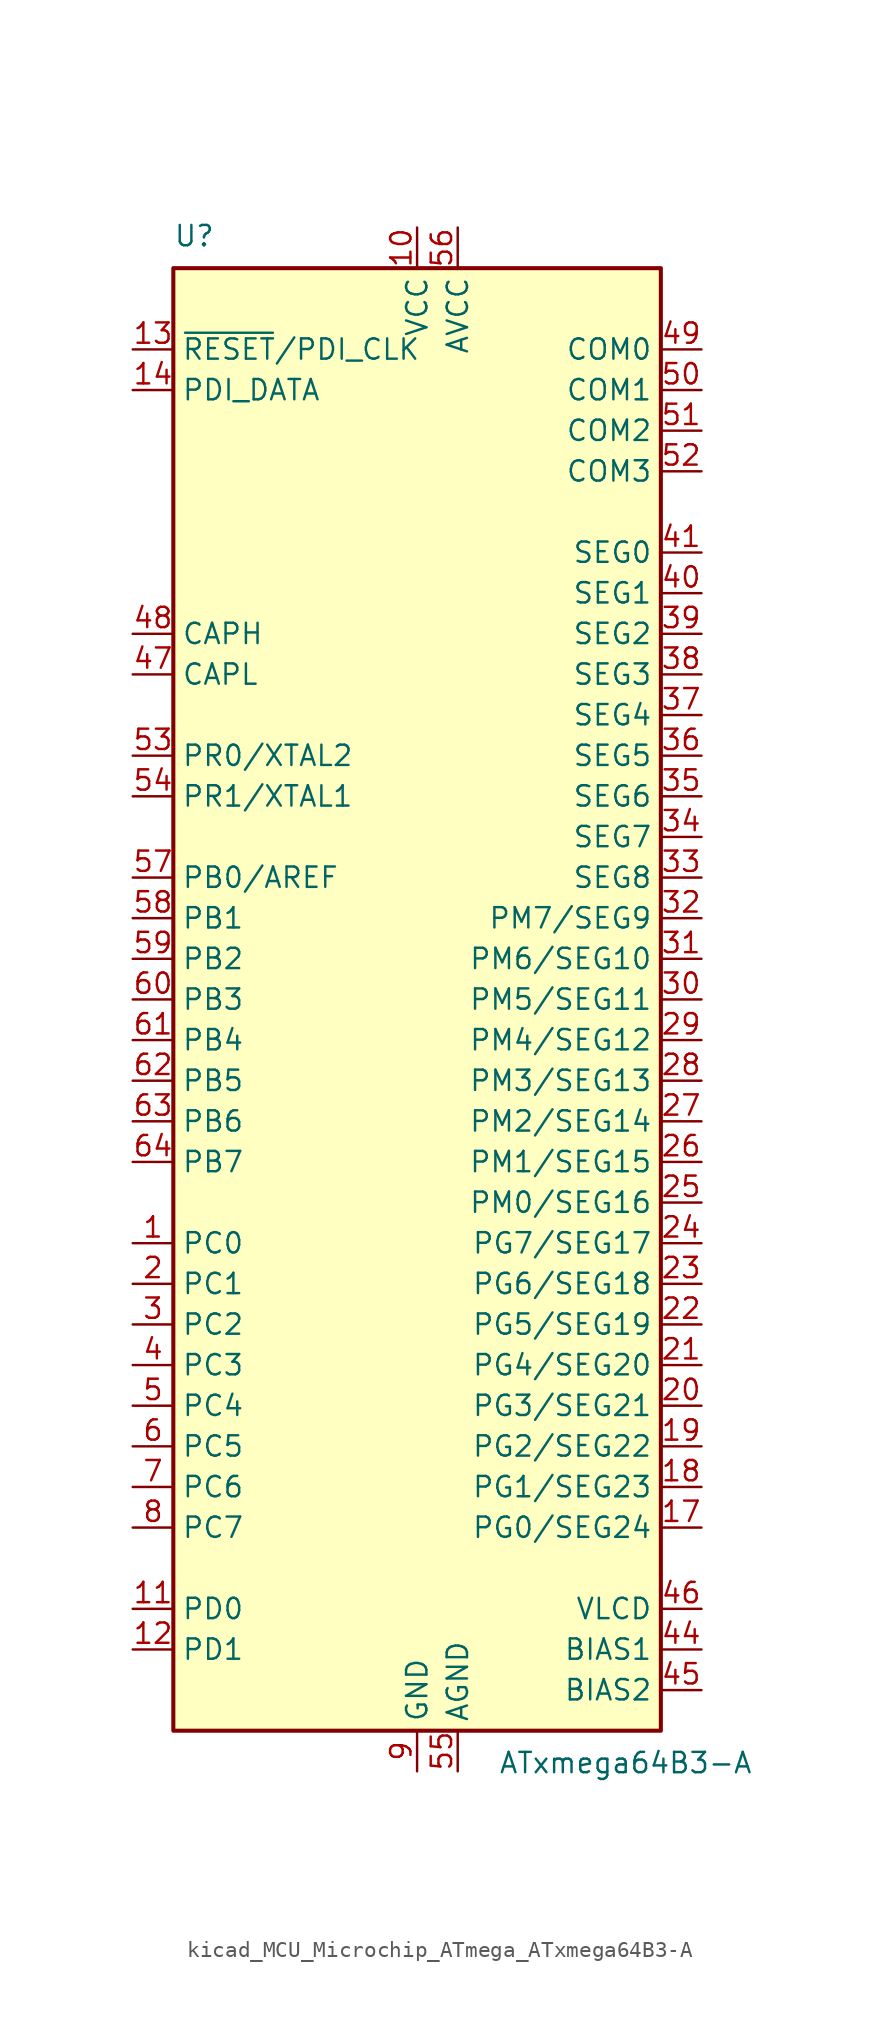
<source format=kicad_sym>
(kicad_symbol_lib
  (version 20220914)
  (generator kicad_symbol_editor)
  (symbol "kicad_MCU_Microchip_ATmega_ATxmega64B3-A"
    (property "Reference" "U"
      (at -15.24 46.99 0)
      (effects (font (size 1.27 1.27)) (justify left bottom)))
    (property "Value" "ATxmega64B3-A"
      (at 5.08 -46.99 0)
      (effects (font (size 1.27 1.27)) (justify left top)))
    (symbol "kicad_MCU_Microchip_ATmega_ATxmega64B3-A_0_1"
      (rectangle (start -15.24 -45.72) (end 15.24 45.72) (stroke (width 0.254) (type default)) (fill (type background))))
    (symbol "kicad_MCU_Microchip_ATmega_ATxmega64B3-A_1_1"
      (pin bidirectional line (at -17.78 -15.24 0) (length 2.54) (name "PC0" (effects (font (size 1.27 1.27)))) (number "1" (effects (font (size 1.27 1.27)))))
      (pin power_in line (at 0 48.26 270) (length 2.54) (name "VCC" (effects (font (size 1.27 1.27)))) (number "10" (effects (font (size 1.27 1.27)))))
      (pin bidirectional line (at -17.78 -38.1 0) (length 2.54) (name "PD0" (effects (font (size 1.27 1.27)))) (number "11" (effects (font (size 1.27 1.27)))))
      (pin bidirectional line (at -17.78 -40.64 0) (length 2.54) (name "PD1" (effects (font (size 1.27 1.27)))) (number "12" (effects (font (size 1.27 1.27)))))
      (pin input line (at -17.78 40.64 0) (length 2.54) (name "~{RESET}/PDI_CLK" (effects (font (size 1.27 1.27)))) (number "13" (effects (font (size 1.27 1.27)))))
      (pin bidirectional line (at -17.78 38.1 0) (length 2.54) (name "PDI_DATA" (effects (font (size 1.27 1.27)))) (number "14" (effects (font (size 1.27 1.27)))))
      (pin passive line (at 0 -48.26 90) (length 2.54) hide (name "GND" (effects (font (size 1.27 1.27)))) (number "15" (effects (font (size 1.27 1.27)))))
      (pin passive line (at 0 48.26 270) (length 2.54) hide (name "VCC" (effects (font (size 1.27 1.27)))) (number "16" (effects (font (size 1.27 1.27)))))
      (pin bidirectional line (at 17.78 -33.02 180) (length 2.54) (name "PG0/SEG24" (effects (font (size 1.27 1.27)))) (number "17" (effects (font (size 1.27 1.27)))))
      (pin bidirectional line (at 17.78 -30.48 180) (length 2.54) (name "PG1/SEG23" (effects (font (size 1.27 1.27)))) (number "18" (effects (font (size 1.27 1.27)))))
      (pin bidirectional line (at 17.78 -27.94 180) (length 2.54) (name "PG2/SEG22" (effects (font (size 1.27 1.27)))) (number "19" (effects (font (size 1.27 1.27)))))
      (pin bidirectional line (at -17.78 -17.78 0) (length 2.54) (name "PC1" (effects (font (size 1.27 1.27)))) (number "2" (effects (font (size 1.27 1.27)))))
      (pin bidirectional line (at 17.78 -25.4 180) (length 2.54) (name "PG3/SEG21" (effects (font (size 1.27 1.27)))) (number "20" (effects (font (size 1.27 1.27)))))
      (pin bidirectional line (at 17.78 -22.86 180) (length 2.54) (name "PG4/SEG20" (effects (font (size 1.27 1.27)))) (number "21" (effects (font (size 1.27 1.27)))))
      (pin bidirectional line (at 17.78 -20.32 180) (length 2.54) (name "PG5/SEG19" (effects (font (size 1.27 1.27)))) (number "22" (effects (font (size 1.27 1.27)))))
      (pin bidirectional line (at 17.78 -17.78 180) (length 2.54) (name "PG6/SEG18" (effects (font (size 1.27 1.27)))) (number "23" (effects (font (size 1.27 1.27)))))
      (pin bidirectional line (at 17.78 -15.24 180) (length 2.54) (name "PG7/SEG17" (effects (font (size 1.27 1.27)))) (number "24" (effects (font (size 1.27 1.27)))))
      (pin bidirectional line (at 17.78 -12.7 180) (length 2.54) (name "PM0/SEG16" (effects (font (size 1.27 1.27)))) (number "25" (effects (font (size 1.27 1.27)))))
      (pin bidirectional line (at 17.78 -10.16 180) (length 2.54) (name "PM1/SEG15" (effects (font (size 1.27 1.27)))) (number "26" (effects (font (size 1.27 1.27)))))
      (pin bidirectional line (at 17.78 -7.62 180) (length 2.54) (name "PM2/SEG14" (effects (font (size 1.27 1.27)))) (number "27" (effects (font (size 1.27 1.27)))))
      (pin bidirectional line (at 17.78 -5.08 180) (length 2.54) (name "PM3/SEG13" (effects (font (size 1.27 1.27)))) (number "28" (effects (font (size 1.27 1.27)))))
      (pin bidirectional line (at 17.78 -2.54 180) (length 2.54) (name "PM4/SEG12" (effects (font (size 1.27 1.27)))) (number "29" (effects (font (size 1.27 1.27)))))
      (pin bidirectional line (at -17.78 -20.32 0) (length 2.54) (name "PC2" (effects (font (size 1.27 1.27)))) (number "3" (effects (font (size 1.27 1.27)))))
      (pin bidirectional line (at 17.78 0 180) (length 2.54) (name "PM5/SEG11" (effects (font (size 1.27 1.27)))) (number "30" (effects (font (size 1.27 1.27)))))
      (pin bidirectional line (at 17.78 2.54 180) (length 2.54) (name "PM6/SEG10" (effects (font (size 1.27 1.27)))) (number "31" (effects (font (size 1.27 1.27)))))
      (pin bidirectional line (at 17.78 5.08 180) (length 2.54) (name "PM7/SEG9" (effects (font (size 1.27 1.27)))) (number "32" (effects (font (size 1.27 1.27)))))
      (pin output line (at 17.78 7.62 180) (length 2.54) (name "SEG8" (effects (font (size 1.27 1.27)))) (number "33" (effects (font (size 1.27 1.27)))))
      (pin output line (at 17.78 10.16 180) (length 2.54) (name "SEG7" (effects (font (size 1.27 1.27)))) (number "34" (effects (font (size 1.27 1.27)))))
      (pin output line (at 17.78 12.7 180) (length 2.54) (name "SEG6" (effects (font (size 1.27 1.27)))) (number "35" (effects (font (size 1.27 1.27)))))
      (pin output line (at 17.78 15.24 180) (length 2.54) (name "SEG5" (effects (font (size 1.27 1.27)))) (number "36" (effects (font (size 1.27 1.27)))))
      (pin output line (at 17.78 17.78 180) (length 2.54) (name "SEG4" (effects (font (size 1.27 1.27)))) (number "37" (effects (font (size 1.27 1.27)))))
      (pin output line (at 17.78 20.32 180) (length 2.54) (name "SEG3" (effects (font (size 1.27 1.27)))) (number "38" (effects (font (size 1.27 1.27)))))
      (pin output line (at 17.78 22.86 180) (length 2.54) (name "SEG2" (effects (font (size 1.27 1.27)))) (number "39" (effects (font (size 1.27 1.27)))))
      (pin bidirectional line (at -17.78 -22.86 0) (length 2.54) (name "PC3" (effects (font (size 1.27 1.27)))) (number "4" (effects (font (size 1.27 1.27)))))
      (pin output line (at 17.78 25.4 180) (length 2.54) (name "SEG1" (effects (font (size 1.27 1.27)))) (number "40" (effects (font (size 1.27 1.27)))))
      (pin output line (at 17.78 27.94 180) (length 2.54) (name "SEG0" (effects (font (size 1.27 1.27)))) (number "41" (effects (font (size 1.27 1.27)))))
      (pin passive line (at 0 -48.26 90) (length 2.54) hide (name "GND" (effects (font (size 1.27 1.27)))) (number "42" (effects (font (size 1.27 1.27)))))
      (pin passive line (at 0 48.26 270) (length 2.54) hide (name "VCC" (effects (font (size 1.27 1.27)))) (number "43" (effects (font (size 1.27 1.27)))))
      (pin power_out line (at 17.78 -40.64 180) (length 2.54) (name "BIAS1" (effects (font (size 1.27 1.27)))) (number "44" (effects (font (size 1.27 1.27)))))
      (pin power_out line (at 17.78 -43.18 180) (length 2.54) (name "BIAS2" (effects (font (size 1.27 1.27)))) (number "45" (effects (font (size 1.27 1.27)))))
      (pin power_out line (at 17.78 -38.1 180) (length 2.54) (name "VLCD" (effects (font (size 1.27 1.27)))) (number "46" (effects (font (size 1.27 1.27)))))
      (pin passive line (at -17.78 20.32 0) (length 2.54) (name "CAPL" (effects (font (size 1.27 1.27)))) (number "47" (effects (font (size 1.27 1.27)))))
      (pin passive line (at -17.78 22.86 0) (length 2.54) (name "CAPH" (effects (font (size 1.27 1.27)))) (number "48" (effects (font (size 1.27 1.27)))))
      (pin output line (at 17.78 40.64 180) (length 2.54) (name "COM0" (effects (font (size 1.27 1.27)))) (number "49" (effects (font (size 1.27 1.27)))))
      (pin bidirectional line (at -17.78 -25.4 0) (length 2.54) (name "PC4" (effects (font (size 1.27 1.27)))) (number "5" (effects (font (size 1.27 1.27)))))
      (pin output line (at 17.78 38.1 180) (length 2.54) (name "COM1" (effects (font (size 1.27 1.27)))) (number "50" (effects (font (size 1.27 1.27)))))
      (pin output line (at 17.78 35.56 180) (length 2.54) (name "COM2" (effects (font (size 1.27 1.27)))) (number "51" (effects (font (size 1.27 1.27)))))
      (pin output line (at 17.78 33.02 180) (length 2.54) (name "COM3" (effects (font (size 1.27 1.27)))) (number "52" (effects (font (size 1.27 1.27)))))
      (pin bidirectional line (at -17.78 15.24 0) (length 2.54) (name "PR0/XTAL2" (effects (font (size 1.27 1.27)))) (number "53" (effects (font (size 1.27 1.27)))))
      (pin bidirectional line (at -17.78 12.7 0) (length 2.54) (name "PR1/XTAL1" (effects (font (size 1.27 1.27)))) (number "54" (effects (font (size 1.27 1.27)))))
      (pin power_in line (at 2.54 -48.26 90) (length 2.54) (name "AGND" (effects (font (size 1.27 1.27)))) (number "55" (effects (font (size 1.27 1.27)))))
      (pin power_in line (at 2.54 48.26 270) (length 2.54) (name "AVCC" (effects (font (size 1.27 1.27)))) (number "56" (effects (font (size 1.27 1.27)))))
      (pin bidirectional line (at -17.78 7.62 0) (length 2.54) (name "PB0/AREF" (effects (font (size 1.27 1.27)))) (number "57" (effects (font (size 1.27 1.27)))))
      (pin bidirectional line (at -17.78 5.08 0) (length 2.54) (name "PB1" (effects (font (size 1.27 1.27)))) (number "58" (effects (font (size 1.27 1.27)))))
      (pin bidirectional line (at -17.78 2.54 0) (length 2.54) (name "PB2" (effects (font (size 1.27 1.27)))) (number "59" (effects (font (size 1.27 1.27)))))
      (pin bidirectional line (at -17.78 -27.94 0) (length 2.54) (name "PC5" (effects (font (size 1.27 1.27)))) (number "6" (effects (font (size 1.27 1.27)))))
      (pin bidirectional line (at -17.78 0 0) (length 2.54) (name "PB3" (effects (font (size 1.27 1.27)))) (number "60" (effects (font (size 1.27 1.27)))))
      (pin bidirectional line (at -17.78 -2.54 0) (length 2.54) (name "PB4" (effects (font (size 1.27 1.27)))) (number "61" (effects (font (size 1.27 1.27)))))
      (pin bidirectional line (at -17.78 -5.08 0) (length 2.54) (name "PB5" (effects (font (size 1.27 1.27)))) (number "62" (effects (font (size 1.27 1.27)))))
      (pin bidirectional line (at -17.78 -7.62 0) (length 2.54) (name "PB6" (effects (font (size 1.27 1.27)))) (number "63" (effects (font (size 1.27 1.27)))))
      (pin bidirectional line (at -17.78 -10.16 0) (length 2.54) (name "PB7" (effects (font (size 1.27 1.27)))) (number "64" (effects (font (size 1.27 1.27)))))
      (pin bidirectional line (at -17.78 -30.48 0) (length 2.54) (name "PC6" (effects (font (size 1.27 1.27)))) (number "7" (effects (font (size 1.27 1.27)))))
      (pin bidirectional line (at -17.78 -33.02 0) (length 2.54) (name "PC7" (effects (font (size 1.27 1.27)))) (number "8" (effects (font (size 1.27 1.27)))))
      (pin power_in line (at 0 -48.26 90) (length 2.54) (name "GND" (effects (font (size 1.27 1.27)))) (number "9" (effects (font (size 1.27 1.27))))))))
</source>
